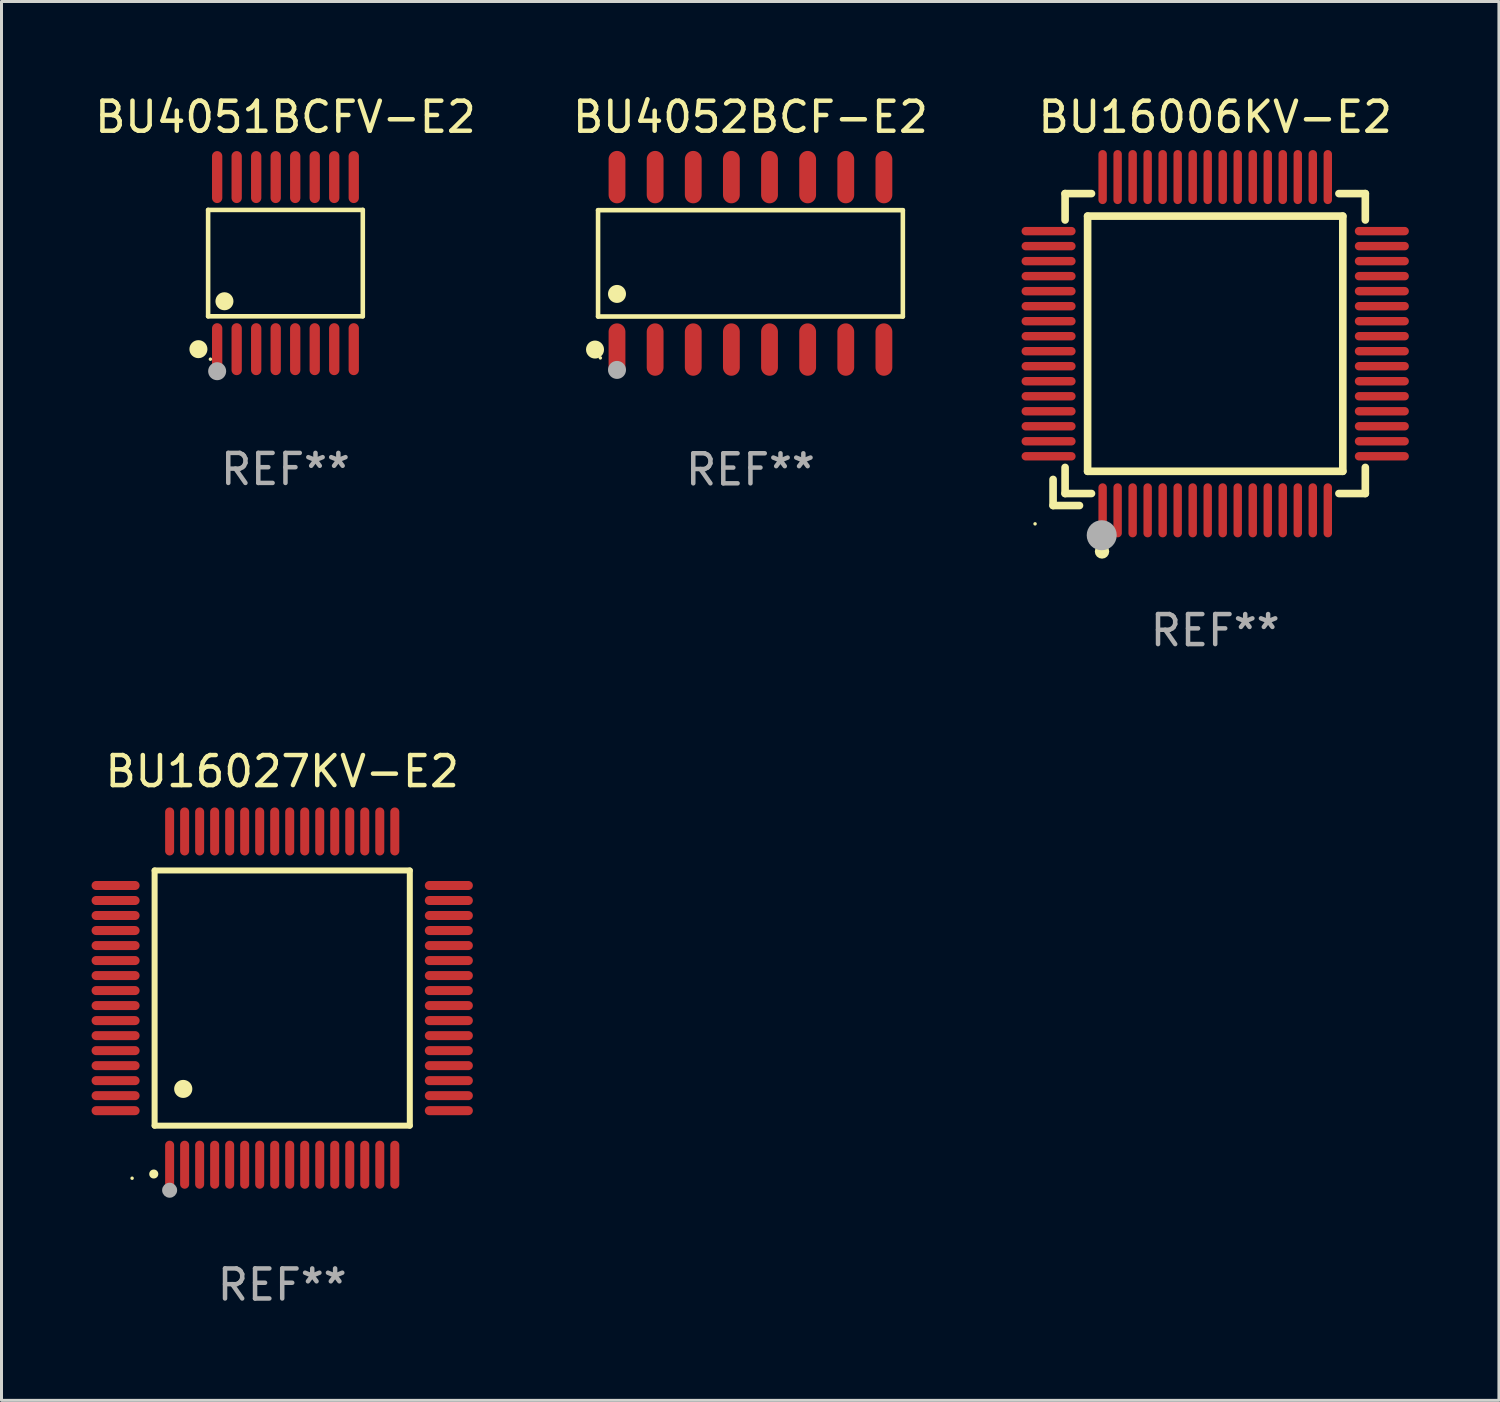
<source format=kicad_pcb>
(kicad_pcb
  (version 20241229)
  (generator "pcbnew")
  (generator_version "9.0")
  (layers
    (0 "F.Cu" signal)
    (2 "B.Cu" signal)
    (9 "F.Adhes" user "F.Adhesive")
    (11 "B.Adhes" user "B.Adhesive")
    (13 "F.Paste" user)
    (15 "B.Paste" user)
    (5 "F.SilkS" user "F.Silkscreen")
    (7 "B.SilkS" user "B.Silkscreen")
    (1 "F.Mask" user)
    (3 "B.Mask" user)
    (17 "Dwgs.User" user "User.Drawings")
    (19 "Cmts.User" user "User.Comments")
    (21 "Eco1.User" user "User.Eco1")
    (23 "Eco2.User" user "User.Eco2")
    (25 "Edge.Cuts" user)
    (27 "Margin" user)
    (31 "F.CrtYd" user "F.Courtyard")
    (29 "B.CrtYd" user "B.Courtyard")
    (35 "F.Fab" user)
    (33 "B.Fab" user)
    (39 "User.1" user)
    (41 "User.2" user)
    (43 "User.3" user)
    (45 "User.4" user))
  (footprint "BU16006KV-E2"
    (layer "F.Cu")
    (at 37.426 8.398)
    (property "Reference" "BU16006KV-E2" (at 0 -7.55 0) (layer "F.SilkS") (effects (font (size 1 1) (thickness 0.15))))
    (attr through_hole)
    (fp_line (start -5.4 4.521) (end -5.4 5.39) (stroke (width 0.254) (type solid)) (layer "F.SilkS"))
    (fp_line (start -5.4 5.39) (end -4.521 5.39) (stroke (width 0.254) (type solid)) (layer "F.SilkS"))
    (fp_line (start -5 -5) (end -5 -4.121) (stroke (width 0.254) (type solid)) (layer "F.SilkS"))
    (fp_line (start -5 4.121) (end -5 4.99) (stroke (width 0.254) (type solid)) (layer "F.SilkS"))
    (fp_line (start -5 4.99) (end -4.121 4.99) (stroke (width 0.254) (type solid)) (layer "F.SilkS"))
    (fp_line (start -4.25 -4.25) (end -4.25 4.25) (stroke (width 0.254) (type solid)) (layer "F.SilkS"))
    (fp_line (start -4.25 4.25) (end 4.25 4.25) (stroke (width 0.254) (type solid)) (layer "F.SilkS"))
    (fp_line (start -4.121 -5) (end -5 -5) (stroke (width 0.254) (type solid)) (layer "F.SilkS"))
    (fp_line (start 4.121 4.99) (end 5 4.99) (stroke (width 0.254) (type solid)) (layer "F.SilkS"))
    (fp_line (start 4.25 -4.25) (end -4.25 -4.25) (stroke (width 0.254) (type solid)) (layer "F.SilkS"))
    (fp_line (start 4.25 4.25) (end 4.25 -4.25) (stroke (width 0.254) (type solid)) (layer "F.SilkS"))
    (fp_line (start 5 -5) (end 4.121 -5) (stroke (width 0.254) (type solid)) (layer "F.SilkS"))
    (fp_line (start 5 -4.121) (end 5 -5) (stroke (width 0.254) (type solid)) (layer "F.SilkS"))
    (fp_line (start 5 4.99) (end 5 4.121) (stroke (width 0.254) (type solid)) (layer "F.SilkS"))
    (fp_circle (center -6 6) (end -5.97 6) (stroke (width 0.06) (type solid)) (fill no) (layer "F.SilkS"))
    (fp_circle (center -3.77 6.92) (end -3.65 6.92) (stroke (width 0.24) (type solid)) (fill no) (layer "F.SilkS"))
    (fp_circle (center -3.78 6.38) (end -3.53 6.38) (stroke (width 0.5) (type solid)) (fill no) (layer "F.Fab"))
    (fp_text user "REF**" (at 0 9.55 0) (layer "F.Fab") (effects (font (size 1 1) (thickness 0.15))))
    (pad "1" smd oval (at -3.75 5.55) (size 0.28 1.8) (layers "F.Cu" "F.Mask" "F.Paste"))
    (pad "2" smd oval (at -3.25 5.55) (size 0.28 1.8) (layers "F.Cu" "F.Mask" "F.Paste"))
    (pad "3" smd oval (at -2.75 5.55) (size 0.28 1.8) (layers "F.Cu" "F.Mask" "F.Paste"))
    (pad "4" smd oval (at -2.25 5.55) (size 0.28 1.8) (layers "F.Cu" "F.Mask" "F.Paste"))
    (pad "5" smd oval (at -1.75 5.55) (size 0.28 1.8) (layers "F.Cu" "F.Mask" "F.Paste"))
    (pad "6" smd oval (at -1.25 5.55) (size 0.28 1.8) (layers "F.Cu" "F.Mask" "F.Paste"))
    (pad "7" smd oval (at -0.75 5.55) (size 0.28 1.8) (layers "F.Cu" "F.Mask" "F.Paste"))
    (pad "8" smd oval (at -0.25 5.55) (size 0.28 1.8) (layers "F.Cu" "F.Mask" "F.Paste"))
    (pad "9" smd oval (at 0.25 5.55) (size 0.28 1.8) (layers "F.Cu" "F.Mask" "F.Paste"))
    (pad "10" smd oval (at 0.75 5.55) (size 0.28 1.8) (layers "F.Cu" "F.Mask" "F.Paste"))
    (pad "11" smd oval (at 1.25 5.55) (size 0.28 1.8) (layers "F.Cu" "F.Mask" "F.Paste"))
    (pad "12" smd oval (at 1.75 5.55) (size 0.28 1.8) (layers "F.Cu" "F.Mask" "F.Paste"))
    (pad "13" smd oval (at 2.25 5.55) (size 0.28 1.8) (layers "F.Cu" "F.Mask" "F.Paste"))
    (pad "14" smd oval (at 2.75 5.55) (size 0.28 1.8) (layers "F.Cu" "F.Mask" "F.Paste"))
    (pad "15" smd oval (at 3.25 5.55) (size 0.28 1.8) (layers "F.Cu" "F.Mask" "F.Paste"))
    (pad "16" smd oval (at 3.75 5.55) (size 0.28 1.8) (layers "F.Cu" "F.Mask" "F.Paste"))
    (pad "17" smd oval (at 5.55 3.75) (size 1.8 0.28) (layers "F.Cu" "F.Mask" "F.Paste"))
    (pad "18" smd oval (at 5.55 3.25) (size 1.8 0.28) (layers "F.Cu" "F.Mask" "F.Paste"))
    (pad "19" smd oval (at 5.55 2.75) (size 1.8 0.28) (layers "F.Cu" "F.Mask" "F.Paste"))
    (pad "20" smd oval (at 5.55 2.25) (size 1.8 0.28) (layers "F.Cu" "F.Mask" "F.Paste"))
    (pad "21" smd oval (at 5.55 1.75) (size 1.8 0.28) (layers "F.Cu" "F.Mask" "F.Paste"))
    (pad "22" smd oval (at 5.55 1.25) (size 1.8 0.28) (layers "F.Cu" "F.Mask" "F.Paste"))
    (pad "23" smd oval (at 5.55 0.75) (size 1.8 0.28) (layers "F.Cu" "F.Mask" "F.Paste"))
    (pad "24" smd oval (at 5.55 0.25) (size 1.8 0.28) (layers "F.Cu" "F.Mask" "F.Paste"))
    (pad "25" smd oval (at 5.55 -0.25) (size 1.8 0.28) (layers "F.Cu" "F.Mask" "F.Paste"))
    (pad "26" smd oval (at 5.55 -0.75) (size 1.8 0.28) (layers "F.Cu" "F.Mask" "F.Paste"))
    (pad "27" smd oval (at 5.55 -1.25) (size 1.8 0.28) (layers "F.Cu" "F.Mask" "F.Paste"))
    (pad "28" smd oval (at 5.55 -1.75) (size 1.8 0.28) (layers "F.Cu" "F.Mask" "F.Paste"))
    (pad "29" smd oval (at 5.55 -2.25) (size 1.8 0.28) (layers "F.Cu" "F.Mask" "F.Paste"))
    (pad "30" smd oval (at 5.55 -2.75) (size 1.8 0.28) (layers "F.Cu" "F.Mask" "F.Paste"))
    (pad "31" smd oval (at 5.55 -3.25) (size 1.8 0.28) (layers "F.Cu" "F.Mask" "F.Paste"))
    (pad "32" smd oval (at 5.55 -3.75) (size 1.8 0.28) (layers "F.Cu" "F.Mask" "F.Paste"))
    (pad "33" smd oval (at 3.75 -5.55) (size 0.28 1.8) (layers "F.Cu" "F.Mask" "F.Paste"))
    (pad "34" smd oval (at 3.25 -5.55) (size 0.28 1.8) (layers "F.Cu" "F.Mask" "F.Paste"))
    (pad "35" smd oval (at 2.75 -5.55) (size 0.28 1.8) (layers "F.Cu" "F.Mask" "F.Paste"))
    (pad "36" smd oval (at 2.25 -5.55) (size 0.28 1.8) (layers "F.Cu" "F.Mask" "F.Paste"))
    (pad "37" smd oval (at 1.75 -5.55) (size 0.28 1.8) (layers "F.Cu" "F.Mask" "F.Paste"))
    (pad "38" smd oval (at 1.25 -5.55) (size 0.28 1.8) (layers "F.Cu" "F.Mask" "F.Paste"))
    (pad "39" smd oval (at 0.75 -5.55) (size 0.28 1.8) (layers "F.Cu" "F.Mask" "F.Paste"))
    (pad "40" smd oval (at 0.25 -5.55) (size 0.28 1.8) (layers "F.Cu" "F.Mask" "F.Paste"))
    (pad "41" smd oval (at -0.25 -5.55) (size 0.28 1.8) (layers "F.Cu" "F.Mask" "F.Paste"))
    (pad "42" smd oval (at -0.75 -5.55) (size 0.28 1.8) (layers "F.Cu" "F.Mask" "F.Paste"))
    (pad "43" smd oval (at -1.25 -5.55) (size 0.28 1.8) (layers "F.Cu" "F.Mask" "F.Paste"))
    (pad "44" smd oval (at -1.75 -5.55) (size 0.28 1.8) (layers "F.Cu" "F.Mask" "F.Paste"))
    (pad "45" smd oval (at -2.25 -5.55) (size 0.28 1.8) (layers "F.Cu" "F.Mask" "F.Paste"))
    (pad "46" smd oval (at -2.75 -5.55) (size 0.28 1.8) (layers "F.Cu" "F.Mask" "F.Paste"))
    (pad "47" smd oval (at -3.25 -5.55) (size 0.28 1.8) (layers "F.Cu" "F.Mask" "F.Paste"))
    (pad "48" smd oval (at -3.75 -5.55) (size 0.28 1.8) (layers "F.Cu" "F.Mask" "F.Paste"))
    (pad "49" smd oval (at -5.55 -3.75) (size 1.8 0.28) (layers "F.Cu" "F.Mask" "F.Paste"))
    (pad "50" smd oval (at -5.55 -3.25) (size 1.8 0.28) (layers "F.Cu" "F.Mask" "F.Paste"))
    (pad "51" smd oval (at -5.55 -2.75) (size 1.8 0.28) (layers "F.Cu" "F.Mask" "F.Paste"))
    (pad "52" smd oval (at -5.55 -2.25) (size 1.8 0.28) (layers "F.Cu" "F.Mask" "F.Paste"))
    (pad "53" smd oval (at -5.55 -1.75) (size 1.8 0.28) (layers "F.Cu" "F.Mask" "F.Paste"))
    (pad "54" smd oval (at -5.55 -1.25) (size 1.8 0.28) (layers "F.Cu" "F.Mask" "F.Paste"))
    (pad "55" smd oval (at -5.55 -0.75) (size 1.8 0.28) (layers "F.Cu" "F.Mask" "F.Paste"))
    (pad "56" smd oval (at -5.55 -0.25) (size 1.8 0.28) (layers "F.Cu" "F.Mask" "F.Paste"))
    (pad "57" smd oval (at -5.55 0.25) (size 1.8 0.28) (layers "F.Cu" "F.Mask" "F.Paste"))
    (pad "58" smd oval (at -5.55 0.75) (size 1.8 0.28) (layers "F.Cu" "F.Mask" "F.Paste"))
    (pad "59" smd oval (at -5.55 1.25) (size 1.8 0.28) (layers "F.Cu" "F.Mask" "F.Paste"))
    (pad "60" smd oval (at -5.55 1.75) (size 1.8 0.28) (layers "F.Cu" "F.Mask" "F.Paste"))
    (pad "61" smd oval (at -5.55 2.25) (size 1.8 0.28) (layers "F.Cu" "F.Mask" "F.Paste"))
    (pad "62" smd oval (at -5.55 2.75) (size 1.8 0.28) (layers "F.Cu" "F.Mask" "F.Paste"))
    (pad "63" smd oval (at -5.55 3.25) (size 1.8 0.28) (layers "F.Cu" "F.Mask" "F.Paste"))
    (pad "64" smd oval (at -5.55 3.75) (size 1.8 0.28) (layers "F.Cu" "F.Mask" "F.Paste")))
  (footprint "BU4052BCF-E2"
    (layer "F.Cu")
    (at 21.946 5.721)
    (property "Reference" "BU4052BCF-E2" (at 0 -4.872 0) (layer "F.SilkS") (effects (font (size 1 1) (thickness 0.15))))
    (attr through_hole)
    (fp_line (start -5.076 -1.771) (end 5.076 -1.771) (stroke (width 0.152) (type solid)) (layer "F.SilkS"))
    (fp_line (start -5.076 1.771) (end -5.076 -1.771) (stroke (width 0.152) (type solid)) (layer "F.SilkS"))
    (fp_line (start 5.076 -1.771) (end 5.076 1.771) (stroke (width 0.152) (type solid)) (layer "F.SilkS"))
    (fp_line (start 5.076 1.771) (end -5.076 1.771) (stroke (width 0.152) (type solid)) (layer "F.SilkS"))
    (fp_circle (center -5.177 2.872) (end -5.027 2.872) (stroke (width 0.3) (type solid)) (fill no) (layer "F.SilkS"))
    (fp_circle (center -5 3.15) (end -4.97 3.15) (stroke (width 0.06) (type solid)) (fill no) (layer "F.SilkS"))
    (fp_circle (center -4.445 1.019) (end -4.295 1.019) (stroke (width 0.3) (type solid)) (fill no) (layer "F.SilkS"))
    (fp_circle (center -4.445 3.55) (end -4.295 3.55) (stroke (width 0.3) (type solid)) (fill no) (layer "F.Fab"))
    (fp_text user "REF**" (at 0 6.872 0) (layer "F.Fab") (effects (font (size 1 1) (thickness 0.15))))
    (pad "1" smd oval (at -4.445 2.872) (size 0.56 1.745) (layers "F.Cu" "F.Mask" "F.Paste"))
    (pad "2" smd oval (at -3.175 2.872) (size 0.56 1.745) (layers "F.Cu" "F.Mask" "F.Paste"))
    (pad "3" smd oval (at -1.905 2.872) (size 0.56 1.745) (layers "F.Cu" "F.Mask" "F.Paste"))
    (pad "4" smd oval (at -0.635 2.872) (size 0.56 1.745) (layers "F.Cu" "F.Mask" "F.Paste"))
    (pad "5" smd oval (at 0.635 2.872) (size 0.56 1.745) (layers "F.Cu" "F.Mask" "F.Paste"))
    (pad "6" smd oval (at 1.905 2.872) (size 0.56 1.745) (layers "F.Cu" "F.Mask" "F.Paste"))
    (pad "7" smd oval (at 3.175 2.872) (size 0.56 1.745) (layers "F.Cu" "F.Mask" "F.Paste"))
    (pad "8" smd oval (at 4.445 2.872) (size 0.56 1.745) (layers "F.Cu" "F.Mask" "F.Paste"))
    (pad "9" smd oval (at 4.445 -2.872) (size 0.56 1.745) (layers "F.Cu" "F.Mask" "F.Paste"))
    (pad "10" smd oval (at 3.175 -2.872) (size 0.56 1.745) (layers "F.Cu" "F.Mask" "F.Paste"))
    (pad "11" smd oval (at 1.905 -2.872) (size 0.56 1.745) (layers "F.Cu" "F.Mask" "F.Paste"))
    (pad "12" smd oval (at 0.635 -2.872) (size 0.56 1.745) (layers "F.Cu" "F.Mask" "F.Paste"))
    (pad "13" smd oval (at -0.635 -2.872) (size 0.56 1.745) (layers "F.Cu" "F.Mask" "F.Paste"))
    (pad "14" smd oval (at -1.905 -2.872) (size 0.56 1.745) (layers "F.Cu" "F.Mask" "F.Paste"))
    (pad "15" smd oval (at -3.175 -2.872) (size 0.56 1.745) (layers "F.Cu" "F.Mask" "F.Paste"))
    (pad "16" smd oval (at -4.445 -2.872) (size 0.56 1.745) (layers "F.Cu" "F.Mask" "F.Paste")))
  (footprint "BU4051BCFV-E2"
    (layer "F.Cu")
    (at 6.458 5.714)
    (property "Reference" "BU4051BCFV-E2" (at 0 -4.866 0) (layer "F.SilkS") (effects (font (size 1 1) (thickness 0.15))))
    (attr through_hole)
    (fp_line (start -2.576 -1.772) (end 2.576 -1.772) (stroke (width 0.152) (type solid)) (layer "F.SilkS"))
    (fp_line (start -2.576 1.771) (end -2.576 -1.772) (stroke (width 0.152) (type solid)) (layer "F.SilkS"))
    (fp_line (start 2.576 -1.772) (end 2.576 1.771) (stroke (width 0.152) (type solid)) (layer "F.SilkS"))
    (fp_line (start 2.576 1.771) (end -2.576 1.771) (stroke (width 0.152) (type solid)) (layer "F.SilkS"))
    (fp_circle (center -2.899 2.866) (end -2.749 2.866) (stroke (width 0.3) (type solid)) (fill no) (layer "F.SilkS"))
    (fp_circle (center -2.5 3.2) (end -2.47 3.2) (stroke (width 0.06) (type solid)) (fill no) (layer "F.SilkS"))
    (fp_circle (center -2.032 1.27) (end -1.882 1.27) (stroke (width 0.3) (type solid)) (fill no) (layer "F.SilkS"))
    (fp_circle (center -2.275 3.6) (end -2.125 3.6) (stroke (width 0.3) (type solid)) (fill no) (layer "F.Fab"))
    (fp_text user "REF**" (at 0 6.866 0) (layer "F.Fab") (effects (font (size 1 1) (thickness 0.15))))
    (pad "1" smd oval (at -2.275 2.866) (size 0.343 1.731) (layers "F.Cu" "F.Mask" "F.Paste"))
    (pad "2" smd oval (at -1.625 2.866) (size 0.343 1.731) (layers "F.Cu" "F.Mask" "F.Paste"))
    (pad "3" smd oval (at -0.975 2.866) (size 0.343 1.731) (layers "F.Cu" "F.Mask" "F.Paste"))
    (pad "4" smd oval (at -0.325 2.866) (size 0.343 1.731) (layers "F.Cu" "F.Mask" "F.Paste"))
    (pad "5" smd oval (at 0.325 2.866) (size 0.343 1.731) (layers "F.Cu" "F.Mask" "F.Paste"))
    (pad "6" smd oval (at 0.975 2.866) (size 0.343 1.731) (layers "F.Cu" "F.Mask" "F.Paste"))
    (pad "7" smd oval (at 1.625 2.866) (size 0.343 1.731) (layers "F.Cu" "F.Mask" "F.Paste"))
    (pad "8" smd oval (at 2.275 2.866) (size 0.343 1.731) (layers "F.Cu" "F.Mask" "F.Paste"))
    (pad "9" smd oval (at 2.275 -2.866) (size 0.343 1.731) (layers "F.Cu" "F.Mask" "F.Paste"))
    (pad "10" smd oval (at 1.625 -2.866) (size 0.343 1.731) (layers "F.Cu" "F.Mask" "F.Paste"))
    (pad "11" smd oval (at 0.975 -2.866) (size 0.343 1.731) (layers "F.Cu" "F.Mask" "F.Paste"))
    (pad "12" smd oval (at 0.325 -2.866) (size 0.343 1.731) (layers "F.Cu" "F.Mask" "F.Paste"))
    (pad "13" smd oval (at -0.325 -2.866) (size 0.343 1.731) (layers "F.Cu" "F.Mask" "F.Paste"))
    (pad "14" smd oval (at -0.975 -2.866) (size 0.343 1.731) (layers "F.Cu" "F.Mask" "F.Paste"))
    (pad "15" smd oval (at -1.625 -2.866) (size 0.343 1.731) (layers "F.Cu" "F.Mask" "F.Paste"))
    (pad "16" smd oval (at -2.275 -2.866) (size 0.343 1.731) (layers "F.Cu" "F.Mask" "F.Paste")))
  (footprint "BU16027KV-E2"
    (layer "F.Cu")
    (at 6.35 30.194)
    (property "Reference" "BU16027KV-E2" (at 0 -7.55 0) (layer "F.SilkS") (effects (font (size 1 1) (thickness 0.15))))
    (attr through_hole)
    (fp_line (start -4.25 -4.25) (end -4.25 4.25) (stroke (width 0.2) (type solid)) (layer "F.SilkS"))
    (fp_line (start -4.25 4.25) (end 4.25 4.25) (stroke (width 0.2) (type solid)) (layer "F.SilkS"))
    (fp_line (start 4.25 -4.25) (end -4.25 -4.25) (stroke (width 0.2) (type solid)) (layer "F.SilkS"))
    (fp_line (start 4.25 4.25) (end 4.25 -4.25) (stroke (width 0.2) (type solid)) (layer "F.SilkS"))
    (fp_arc (start -4.28001 5.859995) (mid -4.27874 5.85999) (end -4.27747 5.859995) (stroke (width 0.3) (type solid)) (layer "F.SilkS"))
    (fp_arc (start -3.299467 3.025146) (mid -3.296927 3.025135) (end -3.294387 3.025146) (stroke (width 0.6) (type solid)) (layer "F.SilkS"))
    (fp_circle (center -5 6) (end -4.97 6) (stroke (width 0.06) (type solid)) (fill no) (layer "F.SilkS"))
    (fp_circle (center -3.75 6.4) (end -3.625 6.4) (stroke (width 0.25) (type solid)) (fill no) (layer "F.Fab"))
    (fp_text user "REF**" (at 0 9.55 0) (layer "F.Fab") (effects (font (size 1 1) (thickness 0.15))))
    (pad "1" smd oval (at -3.75 5.55) (size 0.3 1.6) (layers "F.Cu" "F.Mask" "F.Paste"))
    (pad "2" smd oval (at -3.25 5.55) (size 0.3 1.6) (layers "F.Cu" "F.Mask" "F.Paste"))
    (pad "3" smd oval (at -2.75 5.55) (size 0.3 1.6) (layers "F.Cu" "F.Mask" "F.Paste"))
    (pad "4" smd oval (at -2.25 5.55) (size 0.3 1.6) (layers "F.Cu" "F.Mask" "F.Paste"))
    (pad "5" smd oval (at -1.75 5.55) (size 0.3 1.6) (layers "F.Cu" "F.Mask" "F.Paste"))
    (pad "6" smd oval (at -1.25 5.55) (size 0.3 1.6) (layers "F.Cu" "F.Mask" "F.Paste"))
    (pad "7" smd oval (at -0.75 5.55) (size 0.3 1.6) (layers "F.Cu" "F.Mask" "F.Paste"))
    (pad "8" smd oval (at -0.25 5.55) (size 0.3 1.6) (layers "F.Cu" "F.Mask" "F.Paste"))
    (pad "9" smd oval (at 0.25 5.55) (size 0.3 1.6) (layers "F.Cu" "F.Mask" "F.Paste"))
    (pad "10" smd oval (at 0.75 5.55) (size 0.3 1.6) (layers "F.Cu" "F.Mask" "F.Paste"))
    (pad "11" smd oval (at 1.25 5.55) (size 0.3 1.6) (layers "F.Cu" "F.Mask" "F.Paste"))
    (pad "12" smd oval (at 1.75 5.55) (size 0.3 1.6) (layers "F.Cu" "F.Mask" "F.Paste"))
    (pad "13" smd oval (at 2.25 5.55) (size 0.3 1.6) (layers "F.Cu" "F.Mask" "F.Paste"))
    (pad "14" smd oval (at 2.75 5.55) (size 0.3 1.6) (layers "F.Cu" "F.Mask" "F.Paste"))
    (pad "15" smd oval (at 3.25 5.55) (size 0.3 1.6) (layers "F.Cu" "F.Mask" "F.Paste"))
    (pad "16" smd oval (at 3.75 5.55) (size 0.3 1.6) (layers "F.Cu" "F.Mask" "F.Paste"))
    (pad "17" smd oval (at 5.55 3.75) (size 1.6 0.3) (layers "F.Cu" "F.Mask" "F.Paste"))
    (pad "18" smd oval (at 5.55 3.25) (size 1.6 0.3) (layers "F.Cu" "F.Mask" "F.Paste"))
    (pad "19" smd oval (at 5.55 2.75) (size 1.6 0.3) (layers "F.Cu" "F.Mask" "F.Paste"))
    (pad "20" smd oval (at 5.55 2.25) (size 1.6 0.3) (layers "F.Cu" "F.Mask" "F.Paste"))
    (pad "21" smd oval (at 5.55 1.75) (size 1.6 0.3) (layers "F.Cu" "F.Mask" "F.Paste"))
    (pad "22" smd oval (at 5.55 1.25) (size 1.6 0.3) (layers "F.Cu" "F.Mask" "F.Paste"))
    (pad "23" smd oval (at 5.55 0.75) (size 1.6 0.3) (layers "F.Cu" "F.Mask" "F.Paste"))
    (pad "24" smd oval (at 5.55 0.25) (size 1.6 0.3) (layers "F.Cu" "F.Mask" "F.Paste"))
    (pad "25" smd oval (at 5.55 -0.25) (size 1.6 0.3) (layers "F.Cu" "F.Mask" "F.Paste"))
    (pad "26" smd oval (at 5.55 -0.75) (size 1.6 0.3) (layers "F.Cu" "F.Mask" "F.Paste"))
    (pad "27" smd oval (at 5.55 -1.25) (size 1.6 0.3) (layers "F.Cu" "F.Mask" "F.Paste"))
    (pad "28" smd oval (at 5.55 -1.75) (size 1.6 0.3) (layers "F.Cu" "F.Mask" "F.Paste"))
    (pad "29" smd oval (at 5.55 -2.25) (size 1.6 0.3) (layers "F.Cu" "F.Mask" "F.Paste"))
    (pad "30" smd oval (at 5.55 -2.75) (size 1.6 0.3) (layers "F.Cu" "F.Mask" "F.Paste"))
    (pad "31" smd oval (at 5.55 -3.25) (size 1.6 0.3) (layers "F.Cu" "F.Mask" "F.Paste"))
    (pad "32" smd oval (at 5.55 -3.75) (size 1.6 0.3) (layers "F.Cu" "F.Mask" "F.Paste"))
    (pad "33" smd oval (at 3.75 -5.55) (size 0.3 1.6) (layers "F.Cu" "F.Mask" "F.Paste"))
    (pad "34" smd oval (at 3.25 -5.55) (size 0.3 1.6) (layers "F.Cu" "F.Mask" "F.Paste"))
    (pad "35" smd oval (at 2.75 -5.55) (size 0.3 1.6) (layers "F.Cu" "F.Mask" "F.Paste"))
    (pad "36" smd oval (at 2.25 -5.55) (size 0.3 1.6) (layers "F.Cu" "F.Mask" "F.Paste"))
    (pad "37" smd oval (at 1.75 -5.55) (size 0.3 1.6) (layers "F.Cu" "F.Mask" "F.Paste"))
    (pad "38" smd oval (at 1.25 -5.55) (size 0.3 1.6) (layers "F.Cu" "F.Mask" "F.Paste"))
    (pad "39" smd oval (at 0.75 -5.55) (size 0.3 1.6) (layers "F.Cu" "F.Mask" "F.Paste"))
    (pad "40" smd oval (at 0.25 -5.55) (size 0.3 1.6) (layers "F.Cu" "F.Mask" "F.Paste"))
    (pad "41" smd oval (at -0.25 -5.55) (size 0.3 1.6) (layers "F.Cu" "F.Mask" "F.Paste"))
    (pad "42" smd oval (at -0.75 -5.55) (size 0.3 1.6) (layers "F.Cu" "F.Mask" "F.Paste"))
    (pad "43" smd oval (at -1.25 -5.55) (size 0.3 1.6) (layers "F.Cu" "F.Mask" "F.Paste"))
    (pad "44" smd oval (at -1.75 -5.55) (size 0.3 1.6) (layers "F.Cu" "F.Mask" "F.Paste"))
    (pad "45" smd oval (at -2.25 -5.55) (size 0.3 1.6) (layers "F.Cu" "F.Mask" "F.Paste"))
    (pad "46" smd oval (at -2.75 -5.55) (size 0.3 1.6) (layers "F.Cu" "F.Mask" "F.Paste"))
    (pad "47" smd oval (at -3.25 -5.55) (size 0.3 1.6) (layers "F.Cu" "F.Mask" "F.Paste"))
    (pad "48" smd oval (at -3.75 -5.55) (size 0.3 1.6) (layers "F.Cu" "F.Mask" "F.Paste"))
    (pad "49" smd oval (at -5.55 -3.75) (size 1.6 0.3) (layers "F.Cu" "F.Mask" "F.Paste"))
    (pad "50" smd oval (at -5.55 -3.25) (size 1.6 0.3) (layers "F.Cu" "F.Mask" "F.Paste"))
    (pad "51" smd oval (at -5.55 -2.75) (size 1.6 0.3) (layers "F.Cu" "F.Mask" "F.Paste"))
    (pad "52" smd oval (at -5.55 -2.25) (size 1.6 0.3) (layers "F.Cu" "F.Mask" "F.Paste"))
    (pad "53" smd oval (at -5.55 -1.75) (size 1.6 0.3) (layers "F.Cu" "F.Mask" "F.Paste"))
    (pad "54" smd oval (at -5.55 -1.25) (size 1.6 0.3) (layers "F.Cu" "F.Mask" "F.Paste"))
    (pad "55" smd oval (at -5.55 -0.75) (size 1.6 0.3) (layers "F.Cu" "F.Mask" "F.Paste"))
    (pad "56" smd oval (at -5.55 -0.25) (size 1.6 0.3) (layers "F.Cu" "F.Mask" "F.Paste"))
    (pad "57" smd oval (at -5.55 0.25) (size 1.6 0.3) (layers "F.Cu" "F.Mask" "F.Paste"))
    (pad "58" smd oval (at -5.55 0.75) (size 1.6 0.3) (layers "F.Cu" "F.Mask" "F.Paste"))
    (pad "59" smd oval (at -5.55 1.25) (size 1.6 0.3) (layers "F.Cu" "F.Mask" "F.Paste"))
    (pad "60" smd oval (at -5.55 1.75) (size 1.6 0.3) (layers "F.Cu" "F.Mask" "F.Paste"))
    (pad "61" smd oval (at -5.55 2.25) (size 1.6 0.3) (layers "F.Cu" "F.Mask" "F.Paste"))
    (pad "62" smd oval (at -5.55 2.75) (size 1.6 0.3) (layers "F.Cu" "F.Mask" "F.Paste"))
    (pad "63" smd oval (at -5.55 3.25) (size 1.6 0.3) (layers "F.Cu" "F.Mask" "F.Paste"))
    (pad "64" smd oval (at -5.55 3.75) (size 1.6 0.3) (layers "F.Cu" "F.Mask" "F.Paste")))
  (gr_rect
    (start -3 -3)
    (end 46.876 43.593)
    (stroke (width 0.1) (type default))
    (fill no)
    (layer "Edge.Cuts")))
</source>
